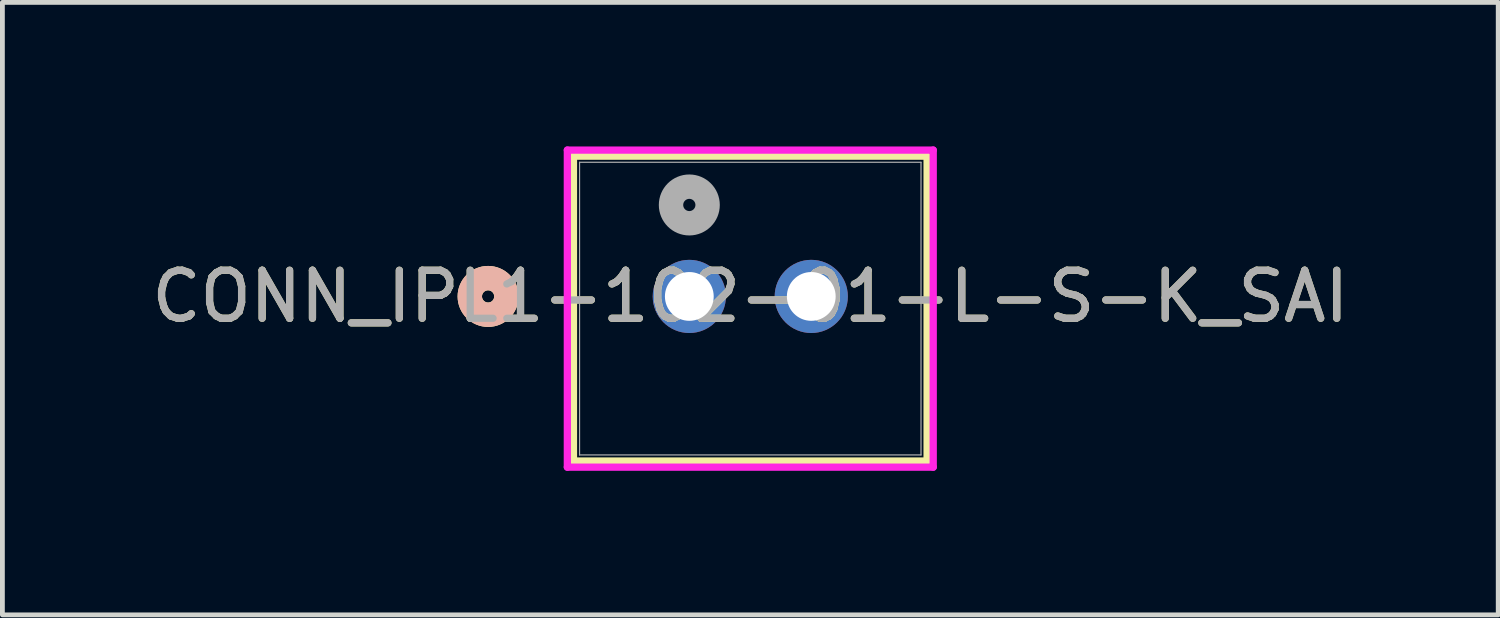
<source format=kicad_pcb>
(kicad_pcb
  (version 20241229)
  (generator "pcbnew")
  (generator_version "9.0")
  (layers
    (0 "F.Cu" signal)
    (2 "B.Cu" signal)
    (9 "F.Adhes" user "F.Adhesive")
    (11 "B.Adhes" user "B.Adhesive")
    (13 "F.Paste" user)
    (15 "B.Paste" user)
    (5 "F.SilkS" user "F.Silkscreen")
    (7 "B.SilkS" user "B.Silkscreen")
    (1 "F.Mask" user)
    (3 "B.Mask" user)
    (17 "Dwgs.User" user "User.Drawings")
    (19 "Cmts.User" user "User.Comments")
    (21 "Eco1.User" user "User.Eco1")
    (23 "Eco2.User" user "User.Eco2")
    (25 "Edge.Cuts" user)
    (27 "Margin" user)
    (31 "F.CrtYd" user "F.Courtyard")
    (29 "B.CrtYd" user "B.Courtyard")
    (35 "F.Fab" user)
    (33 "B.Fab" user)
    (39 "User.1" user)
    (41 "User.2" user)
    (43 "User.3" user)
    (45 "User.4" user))
  (footprint "CONN_IPL1-102-01-L-S-K_SAI"
    (layer "F.Cu")
    (at 11.307 3.124)
    (property "Reference" "CONN_IPL1-102-01-L-S-K_SAI" (at 1.27 0 0) (unlocked yes) (layer "F.SilkS") (effects (font (size 1 1) (thickness 0.15))))
    (attr through_hole)
    (fp_line (start -2.413 -2.921) (end -2.413 3.429) (stroke (width 0.152) (type solid)) (layer "F.SilkS"))
    (fp_line (start -2.413 3.429) (end 4.953 3.429) (stroke (width 0.152) (type solid)) (layer "F.SilkS"))
    (fp_line (start 4.953 -2.921) (end -2.413 -2.921) (stroke (width 0.152) (type solid)) (layer "F.SilkS"))
    (fp_line (start 4.953 3.429) (end 4.953 -2.921) (stroke (width 0.152) (type solid)) (layer "F.SilkS"))
    (fp_circle (center -4.191 0) (end -3.81 0) (stroke (width 0.508) (type solid)) (fill no) (layer "F.SilkS"))
    (fp_circle (center -4.191 0) (end -3.81 0) (stroke (width 0.508) (type solid)) (fill no) (layer "B.SilkS"))
    (fp_line (start -2.54 -3.048) (end -2.54 3.556) (stroke (width 0.152) (type solid)) (layer "F.CrtYd"))
    (fp_line (start -2.54 3.556) (end 5.08 3.556) (stroke (width 0.152) (type solid)) (layer "F.CrtYd"))
    (fp_line (start 5.08 -3.048) (end -2.54 -3.048) (stroke (width 0.152) (type solid)) (layer "F.CrtYd"))
    (fp_line (start 5.08 3.556) (end 5.08 -3.048) (stroke (width 0.152) (type solid)) (layer "F.CrtYd"))
    (fp_line (start -2.286 -2.794) (end -2.286 3.302) (stroke (width 0.025) (type solid)) (layer "F.Fab"))
    (fp_line (start -2.286 3.302) (end 4.826 3.302) (stroke (width 0.025) (type solid)) (layer "F.Fab"))
    (fp_line (start 4.826 -2.794) (end -2.286 -2.794) (stroke (width 0.025) (type solid)) (layer "F.Fab"))
    (fp_line (start 4.826 3.302) (end 4.826 -2.794) (stroke (width 0.025) (type solid)) (layer "F.Fab"))
    (fp_circle (center 0 -1.905) (end 0.381 -1.905) (stroke (width 0.508) (type solid)) (fill no) (layer "F.Fab"))
    (fp_text user "${REFERENCE}" (at 1.27 0 0) (unlocked yes) (layer "F.Fab") (effects (font (size 1 1) (thickness 0.15))))
    (pad "1" thru_hole circle (at 0 0) (size 1.524 1.524) (drill 1.016) (layers "*.Cu" "*.Mask"))
    (pad "2" thru_hole circle (at 2.54 0) (size 1.524 1.524) (drill 1.016) (layers "*.Cu" "*.Mask")))
  (gr_rect
    (start -3 -3)
    (end 28.155 9.756)
    (stroke (width 0.1) (type default))
    (fill no)
    (layer "Edge.Cuts")))
</source>
